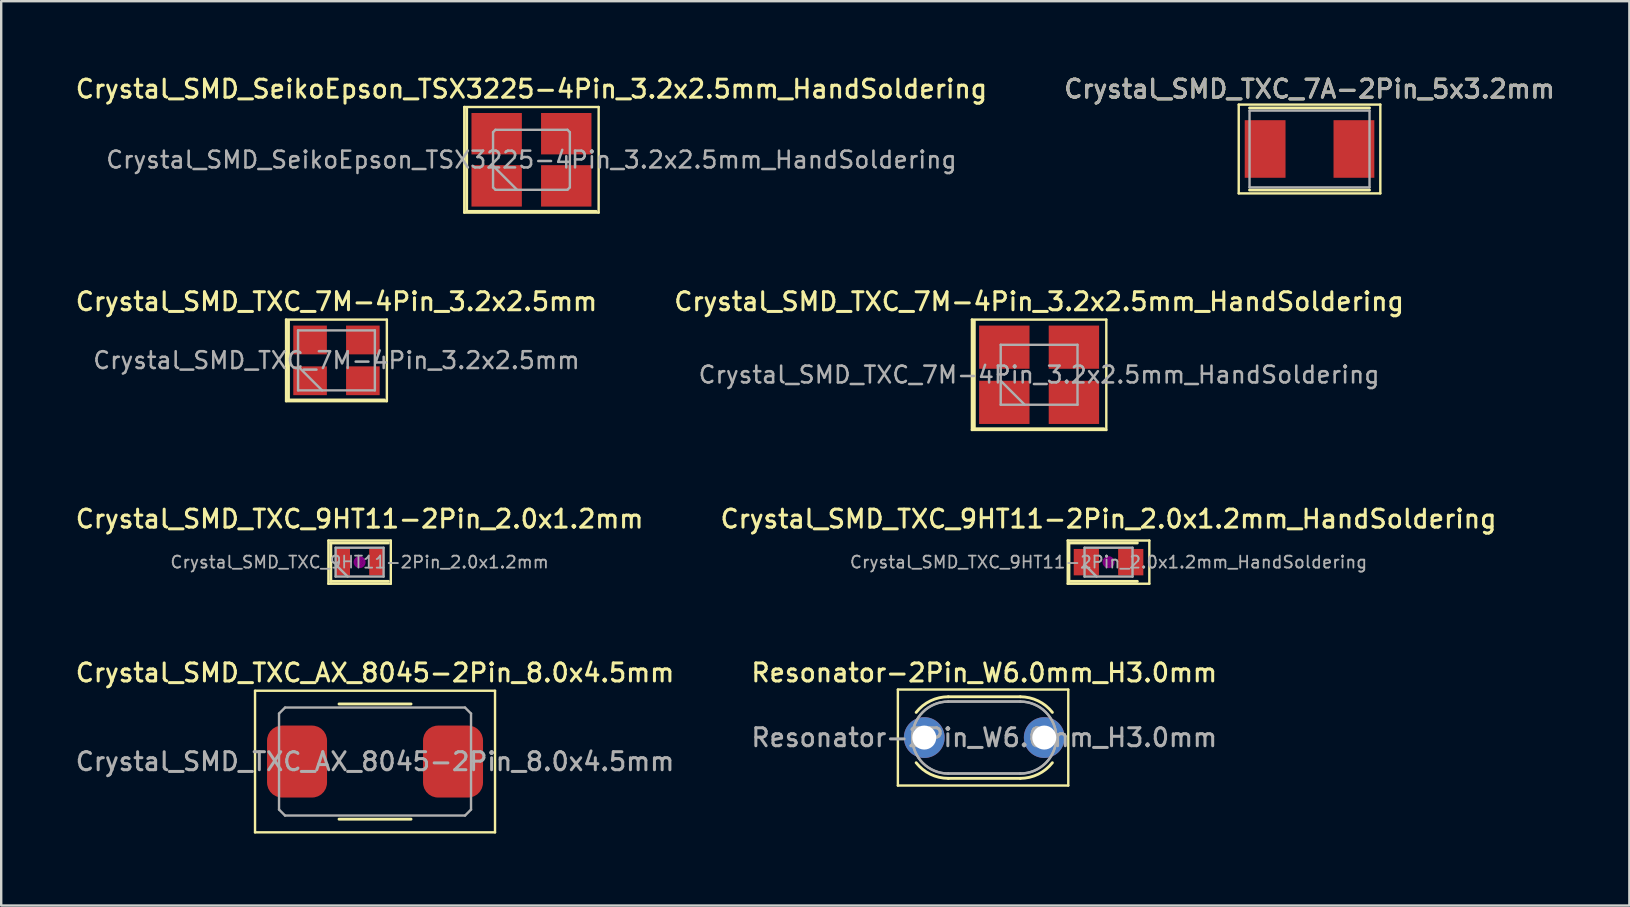
<source format=kicad_pcb>
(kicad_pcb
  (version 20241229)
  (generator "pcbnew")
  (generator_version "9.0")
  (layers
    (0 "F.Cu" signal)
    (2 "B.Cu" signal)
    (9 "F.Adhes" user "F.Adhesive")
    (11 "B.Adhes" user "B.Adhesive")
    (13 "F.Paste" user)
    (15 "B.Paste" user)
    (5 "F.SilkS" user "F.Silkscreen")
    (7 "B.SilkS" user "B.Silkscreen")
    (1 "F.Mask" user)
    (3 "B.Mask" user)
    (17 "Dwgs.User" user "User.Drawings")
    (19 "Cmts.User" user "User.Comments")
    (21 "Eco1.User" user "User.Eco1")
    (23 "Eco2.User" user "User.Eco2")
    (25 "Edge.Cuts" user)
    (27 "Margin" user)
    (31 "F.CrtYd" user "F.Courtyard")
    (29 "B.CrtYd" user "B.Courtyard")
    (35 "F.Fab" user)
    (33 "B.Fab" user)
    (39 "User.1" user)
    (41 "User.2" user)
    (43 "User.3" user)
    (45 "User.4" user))
  (footprint "Crystal_SMD_TXC_9HT11-2Pin_2.0x1.2mm_HandSoldering"
    (layer "F.Cu")
    (at 43.141 20.374)
    (property "Reference" "Crystal_SMD_TXC_9HT11-2Pin_2.0x1.2mm_HandSoldering" (at 0 -1.8 0) (layer "F.SilkS") (effects (font (size 0.75 0.75) (thickness 0.125))))
    (attr smd)
    (fp_line (start -1.7 -0.9) (end -1.7 0.9) (stroke (width 0.1) (type solid)) (layer "F.SilkS"))
    (fp_line (start -1.7 0.9) (end 1.7 0.9) (stroke (width 0.1) (type solid)) (layer "F.SilkS"))
    (fp_line (start -1.65 -0.8) (end -1.65 0.8) (stroke (width 0.12) (type solid)) (layer "F.SilkS"))
    (fp_line (start -1.65 0.8) (end 1.2 0.8) (stroke (width 0.12) (type solid)) (layer "F.SilkS"))
    (fp_line (start 1.2 -0.8) (end -1.65 -0.8) (stroke (width 0.12) (type solid)) (layer "F.SilkS"))
    (fp_line (start 1.7 -0.9) (end -1.7 -0.9) (stroke (width 0.1) (type solid)) (layer "F.SilkS"))
    (fp_line (start 1.7 0.9) (end 1.7 -0.9) (stroke (width 0.1) (type solid)) (layer "F.SilkS"))
    (fp_circle (center 0 0) (end 0.047 0) (stroke (width 0.093) (type solid)) (fill no) (layer "F.Adhes"))
    (fp_circle (center 0 0) (end 0.107 0) (stroke (width 0.067) (type solid)) (fill no) (layer "F.Adhes"))
    (fp_circle (center 0 0) (end 0.167 0) (stroke (width 0.067) (type solid)) (fill no) (layer "F.Adhes"))
    (fp_circle (center 0 0) (end 0.2 0) (stroke (width 0.1) (type solid)) (fill no) (layer "F.Adhes"))
    (fp_line (start -1 -0.6) (end -1 0.6) (stroke (width 0.1) (type solid)) (layer "F.Fab"))
    (fp_line (start -1 0.1) (end -0.5 0.6) (stroke (width 0.1) (type solid)) (layer "F.Fab"))
    (fp_line (start -1 0.6) (end 1 0.6) (stroke (width 0.1) (type solid)) (layer "F.Fab"))
    (fp_line (start 1 -0.6) (end -1 -0.6) (stroke (width 0.1) (type solid)) (layer "F.Fab"))
    (fp_line (start 1 0.6) (end 1 -0.6) (stroke (width 0.1) (type solid)) (layer "F.Fab"))
    (fp_text user "${REFERENCE}" (at 0 0 0) (layer "F.Fab") (effects (font (size 0.5 0.5) (thickness 0.075))))
    (pad "1" smd rect (at -0.925 0) (size 1.05 1.1) (layers "F.Cu" "F.Mask" "F.Paste"))
    (pad "2" smd rect (at 0.925 0) (size 1.05 1.1) (layers "F.Cu" "F.Mask" "F.Paste")))
  (footprint "Resonator-2Pin_W6.0mm_H3.0mm"
    (layer "F.Cu")
    (at 35.463 27.683)
    (property "Reference" "Resonator-2Pin_W6.0mm_H3.0mm" (at 2.5 -2.7 0) (layer "F.SilkS") (effects (font (size 0.75 0.75) (thickness 0.125))))
    (attr through_hole)
    (fp_line (start -1.1 -2) (end -1.1 2) (stroke (width 0.1) (type solid)) (layer "F.SilkS"))
    (fp_line (start -1.1 2) (end 6 2) (stroke (width 0.1) (type solid)) (layer "F.SilkS"))
    (fp_line (start 1 -1.7) (end 4 -1.7) (stroke (width 0.12) (type solid)) (layer "F.SilkS"))
    (fp_line (start 1 1.7) (end 4 1.7) (stroke (width 0.12) (type solid)) (layer "F.SilkS"))
    (fp_line (start 6 -2) (end -1.1 -2) (stroke (width 0.1) (type solid)) (layer "F.SilkS"))
    (fp_line (start 6 2) (end 6 -2) (stroke (width 0.1) (type solid)) (layer "F.SilkS"))
    (fp_arc (start -0.33779 -1.048961) (mid 0.256102 -1.5286) (end 1 -1.7) (stroke (width 0.12) (type solid)) (layer "F.SilkS"))
    (fp_arc (start 1 1.7) (mid 0.256103 1.5286) (end -0.33779 1.048961) (stroke (width 0.12) (type solid)) (layer "F.SilkS"))
    (fp_arc (start 4 -1.7) (mid 4.743897 -1.5286) (end 5.33779 -1.048961) (stroke (width 0.12) (type solid)) (layer "F.SilkS"))
    (fp_arc (start 5.33779 1.048961) (mid 4.743898 1.5286) (end 4 1.7) (stroke (width 0.12) (type solid)) (layer "F.SilkS"))
    (fp_line (start 1 -1.5) (end 4 -1.5) (stroke (width 0.1) (type solid)) (layer "F.Fab"))
    (fp_line (start 1 -1.5) (end 4 -1.5) (stroke (width 0.1) (type solid)) (layer "F.Fab"))
    (fp_line (start 1 1.5) (end 4 1.5) (stroke (width 0.1) (type solid)) (layer "F.Fab"))
    (fp_line (start 1 1.5) (end 4 1.5) (stroke (width 0.1) (type solid)) (layer "F.Fab"))
    (fp_arc (start 1 1.5) (mid -0.5 0) (end 1 -1.5) (stroke (width 0.1) (type solid)) (layer "F.Fab"))
    (fp_arc (start 1 1.5) (mid -0.5 0) (end 1 -1.5) (stroke (width 0.1) (type solid)) (layer "F.Fab"))
    (fp_arc (start 4 -1.5) (mid 5.5 0) (end 4 1.5) (stroke (width 0.1) (type solid)) (layer "F.Fab"))
    (fp_arc (start 4 -1.5) (mid 5.5 0) (end 4 1.5) (stroke (width 0.1) (type solid)) (layer "F.Fab"))
    (fp_text user "${REFERENCE}" (at 2.5 0 0) (layer "F.Fab") (effects (font (size 0.75 0.75) (thickness 0.125))))
    (pad "1" thru_hole circle (at 0 0) (size 1.7 1.7) (drill 1) (layers "*.Cu" "*.Mask"))
    (pad "2" thru_hole circle (at 5 0) (size 1.7 1.7) (drill 1) (layers "*.Cu" "*.Mask")))
  (footprint "Crystal_SMD_SeikoEpson_TSX3225-4Pin_3.2x2.5mm_HandSoldering"
    (layer "F.Cu")
    (at 19.095 3.608)
    (property "Reference" "Crystal_SMD_SeikoEpson_TSX3225-4Pin_3.2x2.5mm_HandSoldering" (at 0 -2.95 0) (layer "F.SilkS") (effects (font (size 0.75 0.75) (thickness 0.125))))
    (attr smd)
    (fp_line (start -2.8 -2.2) (end -2.8 2.2) (stroke (width 0.1) (type solid)) (layer "F.SilkS"))
    (fp_line (start -2.8 2.2) (end 2.8 2.2) (stroke (width 0.1) (type solid)) (layer "F.SilkS"))
    (fp_line (start -2.7 -2.15) (end -2.7 2.15) (stroke (width 0.12) (type solid)) (layer "F.SilkS"))
    (fp_line (start -2.7 2.15) (end 2.7 2.15) (stroke (width 0.12) (type solid)) (layer "F.SilkS"))
    (fp_line (start 2.8 -2.2) (end -2.8 -2.2) (stroke (width 0.1) (type solid)) (layer "F.SilkS"))
    (fp_line (start 2.8 2.2) (end 2.8 -2.2) (stroke (width 0.1) (type solid)) (layer "F.SilkS"))
    (fp_line (start -1.6 -1.15) (end -1.5 -1.25) (stroke (width 0.1) (type solid)) (layer "F.Fab"))
    (fp_line (start -1.6 0.25) (end -0.6 1.25) (stroke (width 0.1) (type solid)) (layer "F.Fab"))
    (fp_line (start -1.6 1.15) (end -1.6 -1.15) (stroke (width 0.1) (type solid)) (layer "F.Fab"))
    (fp_line (start -1.5 -1.25) (end 1.5 -1.25) (stroke (width 0.1) (type solid)) (layer "F.Fab"))
    (fp_line (start -1.5 1.25) (end -1.6 1.15) (stroke (width 0.1) (type solid)) (layer "F.Fab"))
    (fp_line (start 1.5 -1.25) (end 1.6 -1.15) (stroke (width 0.1) (type solid)) (layer "F.Fab"))
    (fp_line (start 1.5 1.25) (end -1.5 1.25) (stroke (width 0.1) (type solid)) (layer "F.Fab"))
    (fp_line (start 1.6 -1.15) (end 1.6 1.15) (stroke (width 0.1) (type solid)) (layer "F.Fab"))
    (fp_line (start 1.6 1.15) (end 1.5 1.25) (stroke (width 0.1) (type solid)) (layer "F.Fab"))
    (fp_text user "${REFERENCE}" (at 0 0 0) (layer "F.Fab") (effects (font (size 0.7 0.7) (thickness 0.105))))
    (pad "1" smd rect (at -1.45 1.087) (size 2.1 1.725) (layers "F.Cu" "F.Mask" "F.Paste"))
    (pad "2" smd rect (at 1.45 1.087) (size 2.1 1.725) (layers "F.Cu" "F.Mask" "F.Paste"))
    (pad "3" smd rect (at 1.45 -1.087) (size 2.1 1.725) (layers "F.Cu" "F.Mask" "F.Paste"))
    (pad "4" smd rect (at -1.45 -1.087) (size 2.1 1.725) (layers "F.Cu" "F.Mask" "F.Paste")))
  (footprint "Crystal_SMD_TXC_AX_8045-2Pin_8.0x4.5mm"
    (layer "F.Cu")
    (at 12.577 28.683)
    (property "Reference" "Crystal_SMD_TXC_AX_8045-2Pin_8.0x4.5mm" (at 0 -3.7 0) (layer "F.SilkS") (effects (font (size 0.75 0.75) (thickness 0.125))))
    (attr smd)
    (fp_line (start -5 -2.95) (end -5 2.95) (stroke (width 0.1) (type solid)) (layer "F.SilkS"))
    (fp_line (start -5 2.95) (end 5 2.95) (stroke (width 0.1) (type solid)) (layer "F.SilkS"))
    (fp_line (start -1.5 2.4) (end 1.5 2.4) (stroke (width 0.12) (type solid)) (layer "F.SilkS"))
    (fp_line (start 1.5 -2.4) (end -1.5 -2.4) (stroke (width 0.12) (type solid)) (layer "F.SilkS"))
    (fp_line (start 5 -2.95) (end -5 -2.95) (stroke (width 0.1) (type solid)) (layer "F.SilkS"))
    (fp_line (start 5 2.95) (end 5 -2.95) (stroke (width 0.1) (type solid)) (layer "F.SilkS"))
    (fp_line (start -4 -2) (end -3.75 -2.25) (stroke (width 0.1) (type solid)) (layer "F.Fab"))
    (fp_line (start -4 2) (end -4 -2) (stroke (width 0.1) (type solid)) (layer "F.Fab"))
    (fp_line (start -3.75 -2.25) (end 3.75 -2.25) (stroke (width 0.1) (type solid)) (layer "F.Fab"))
    (fp_line (start -3.75 2.25) (end -4 2) (stroke (width 0.1) (type solid)) (layer "F.Fab"))
    (fp_line (start 3.75 -2.25) (end 4 -2) (stroke (width 0.1) (type solid)) (layer "F.Fab"))
    (fp_line (start 3.75 2.25) (end -3.75 2.25) (stroke (width 0.1) (type solid)) (layer "F.Fab"))
    (fp_line (start 3.75 2.25) (end 4 2) (stroke (width 0.1) (type solid)) (layer "F.Fab"))
    (fp_line (start 4 -2) (end 4 2) (stroke (width 0.1) (type solid)) (layer "F.Fab"))
    (fp_text user "${REFERENCE}" (at 0 0 0) (layer "F.Fab") (effects (font (size 0.75 0.75) (thickness 0.125))))
    (pad "1" smd roundrect (at -3.25 0) (size 2.5 3) (layers "F.Cu" "F.Mask" "F.Paste") (roundrect_rratio 0.25))
    (pad "2" smd roundrect (at 3.25 0) (size 2.5 3) (layers "F.Cu" "F.Mask" "F.Paste") (roundrect_rratio 0.25)))
  (footprint "Crystal_SMD_TXC_9HT11-2Pin_2.0x1.2mm"
    (layer "F.Cu")
    (at 11.934 20.374)
    (property "Reference" "Crystal_SMD_TXC_9HT11-2Pin_2.0x1.2mm" (at 0 -1.8 0) (layer "F.SilkS") (effects (font (size 0.75 0.75) (thickness 0.125))))
    (attr smd)
    (fp_line (start -1.3 -0.9) (end -1.3 0.9) (stroke (width 0.1) (type solid)) (layer "F.SilkS"))
    (fp_line (start -1.3 0.9) (end 1.3 0.9) (stroke (width 0.1) (type solid)) (layer "F.SilkS"))
    (fp_line (start -1.2 -0.8) (end -1.2 0.8) (stroke (width 0.12) (type solid)) (layer "F.SilkS"))
    (fp_line (start -1.2 0.8) (end 1.2 0.8) (stroke (width 0.12) (type solid)) (layer "F.SilkS"))
    (fp_line (start 1.2 -0.8) (end -1.2 -0.8) (stroke (width 0.12) (type solid)) (layer "F.SilkS"))
    (fp_line (start 1.3 -0.9) (end -1.3 -0.9) (stroke (width 0.1) (type solid)) (layer "F.SilkS"))
    (fp_line (start 1.3 0.9) (end 1.3 -0.9) (stroke (width 0.1) (type solid)) (layer "F.SilkS"))
    (fp_circle (center 0 0) (end 0.047 0) (stroke (width 0.093) (type solid)) (fill no) (layer "F.Adhes"))
    (fp_circle (center 0 0) (end 0.107 0) (stroke (width 0.067) (type solid)) (fill no) (layer "F.Adhes"))
    (fp_circle (center 0 0) (end 0.167 0) (stroke (width 0.067) (type solid)) (fill no) (layer "F.Adhes"))
    (fp_circle (center 0 0) (end 0.2 0) (stroke (width 0.1) (type solid)) (fill no) (layer "F.Adhes"))
    (fp_line (start -1 -0.6) (end -1 0.6) (stroke (width 0.1) (type solid)) (layer "F.Fab"))
    (fp_line (start -1 0.1) (end -0.5 0.6) (stroke (width 0.1) (type solid)) (layer "F.Fab"))
    (fp_line (start -1 0.6) (end 1 0.6) (stroke (width 0.1) (type solid)) (layer "F.Fab"))
    (fp_line (start 1 -0.6) (end -1 -0.6) (stroke (width 0.1) (type solid)) (layer "F.Fab"))
    (fp_line (start 1 0.6) (end 1 -0.6) (stroke (width 0.1) (type solid)) (layer "F.Fab"))
    (fp_text user "${REFERENCE}" (at 0 0 0) (layer "F.Fab") (effects (font (size 0.5 0.5) (thickness 0.075))))
    (pad "1" smd rect (at -0.7 0) (size 0.6 1.1) (layers "F.Cu" "F.Mask" "F.Paste"))
    (pad "2" smd rect (at 0.7 0) (size 0.6 1.1) (layers "F.Cu" "F.Mask" "F.Paste")))
  (footprint "Crystal_SMD_TXC_7A-2Pin_5x3.2mm"
    (layer "F.Cu")
    (at 51.516 3.158)
    (property "Reference" "Crystal_SMD_TXC_7A-2Pin_5x3.2mm" (at 0 -2.5 0) (layer "F.SilkS") (effects (font (size 0.75 0.75) (thickness 0.125))))
    (attr smd)
    (fp_line (start -2.95 -1.85) (end -2.95 1.85) (stroke (width 0.1) (type solid)) (layer "F.SilkS"))
    (fp_line (start -2.95 -1.85) (end 2.95 -1.85) (stroke (width 0.1) (type solid)) (layer "F.SilkS"))
    (fp_line (start -2.5 -1.71) (end 2.5 -1.71) (stroke (width 0.12) (type solid)) (layer "F.SilkS"))
    (fp_line (start -2.5 1.71) (end 2.5 1.71) (stroke (width 0.12) (type solid)) (layer "F.SilkS"))
    (fp_line (start 2.95 -1.85) (end 2.95 1.85) (stroke (width 0.1) (type solid)) (layer "F.SilkS"))
    (fp_line (start 2.95 1.85) (end -2.95 1.85) (stroke (width 0.1) (type solid)) (layer "F.SilkS"))
    (fp_line (start -2.5 -1.6) (end -2.5 1.6) (stroke (width 0.1) (type solid)) (layer "F.Fab"))
    (fp_line (start -2.5 -1.6) (end 2.5 -1.6) (stroke (width 0.1) (type solid)) (layer "F.Fab"))
    (fp_line (start -2.5 1.6) (end 2.5 1.6) (stroke (width 0.1) (type solid)) (layer "F.Fab"))
    (fp_line (start 2.5 -1.6) (end 2.5 1.6) (stroke (width 0.1) (type solid)) (layer "F.Fab"))
    (fp_text user "${REFERENCE}" (at 0 -2.5 0) (layer "F.Fab") (effects (font (size 0.75 0.75) (thickness 0.125))))
    (pad "1" smd rect (at -1.85 0) (size 1.7 2.4) (layers "F.Cu" "F.Mask" "F.Paste"))
    (pad "2" smd rect (at 1.85 0) (size 1.7 2.4) (layers "F.Cu" "F.Mask" "F.Paste")))
  (footprint "Crystal_SMD_TXC_7M-4Pin_3.2x2.5mm_HandSoldering"
    (layer "F.Cu")
    (at 40.248 12.566)
    (property "Reference" "Crystal_SMD_TXC_7M-4Pin_3.2x2.5mm_HandSoldering" (at 0 -3.05 0) (layer "F.SilkS") (effects (font (size 0.75 0.75) (thickness 0.125))))
    (attr smd)
    (fp_line (start -2.8 -2.3) (end -2.8 2.3) (stroke (width 0.1) (type solid)) (layer "F.SilkS"))
    (fp_line (start -2.8 2.3) (end 2.8 2.3) (stroke (width 0.1) (type solid)) (layer "F.SilkS"))
    (fp_line (start -2.7 -2.25) (end -2.7 2.25) (stroke (width 0.12) (type solid)) (layer "F.SilkS"))
    (fp_line (start -2.7 2.25) (end 2.7 2.25) (stroke (width 0.12) (type solid)) (layer "F.SilkS"))
    (fp_line (start 2.8 -2.3) (end -2.8 -2.3) (stroke (width 0.1) (type solid)) (layer "F.SilkS"))
    (fp_line (start 2.8 2.3) (end 2.8 -2.3) (stroke (width 0.1) (type solid)) (layer "F.SilkS"))
    (fp_line (start -1.6 -1.25) (end -1.6 1.25) (stroke (width 0.1) (type solid)) (layer "F.Fab"))
    (fp_line (start -1.6 0.25) (end -0.6 1.25) (stroke (width 0.1) (type solid)) (layer "F.Fab"))
    (fp_line (start -1.6 1.25) (end 1.6 1.25) (stroke (width 0.1) (type solid)) (layer "F.Fab"))
    (fp_line (start 1.6 -1.25) (end -1.6 -1.25) (stroke (width 0.1) (type solid)) (layer "F.Fab"))
    (fp_line (start 1.6 1.25) (end 1.6 -1.25) (stroke (width 0.1) (type solid)) (layer "F.Fab"))
    (fp_text user "${REFERENCE}" (at 0 0 0) (layer "F.Fab") (effects (font (size 0.7 0.7) (thickness 0.105))))
    (pad "1" smd rect (at -1.45 1.15) (size 2.1 1.8) (layers "F.Cu" "F.Mask" "F.Paste"))
    (pad "2" smd rect (at 1.45 1.15) (size 2.1 1.8) (layers "F.Cu" "F.Mask" "F.Paste"))
    (pad "3" smd rect (at 1.45 -1.15) (size 2.1 1.8) (layers "F.Cu" "F.Mask" "F.Paste"))
    (pad "4" smd rect (at -1.45 -1.15) (size 2.1 1.8) (layers "F.Cu" "F.Mask" "F.Paste")))
  (footprint "Crystal_SMD_TXC_7M-4Pin_3.2x2.5mm"
    (layer "F.Cu")
    (at 10.97 11.966)
    (property "Reference" "Crystal_SMD_TXC_7M-4Pin_3.2x2.5mm" (at 0 -2.45 0) (layer "F.SilkS") (effects (font (size 0.75 0.75) (thickness 0.125))))
    (attr smd)
    (fp_line (start -2.1 -1.7) (end -2.1 1.7) (stroke (width 0.1) (type solid)) (layer "F.SilkS"))
    (fp_line (start -2.1 1.7) (end 2.1 1.7) (stroke (width 0.1) (type solid)) (layer "F.SilkS"))
    (fp_line (start -2 -1.65) (end -2 1.65) (stroke (width 0.12) (type solid)) (layer "F.SilkS"))
    (fp_line (start -2 1.65) (end 2 1.65) (stroke (width 0.12) (type solid)) (layer "F.SilkS"))
    (fp_line (start 2.1 -1.7) (end -2.1 -1.7) (stroke (width 0.1) (type solid)) (layer "F.SilkS"))
    (fp_line (start 2.1 1.7) (end 2.1 -1.7) (stroke (width 0.1) (type solid)) (layer "F.SilkS"))
    (fp_line (start -1.6 -1.25) (end -1.6 1.25) (stroke (width 0.1) (type solid)) (layer "F.Fab"))
    (fp_line (start -1.6 0.25) (end -0.6 1.25) (stroke (width 0.1) (type solid)) (layer "F.Fab"))
    (fp_line (start -1.6 1.25) (end 1.6 1.25) (stroke (width 0.1) (type solid)) (layer "F.Fab"))
    (fp_line (start 1.6 -1.25) (end -1.6 -1.25) (stroke (width 0.1) (type solid)) (layer "F.Fab"))
    (fp_line (start 1.6 1.25) (end 1.6 -1.25) (stroke (width 0.1) (type solid)) (layer "F.Fab"))
    (fp_text user "${REFERENCE}" (at 0 0 0) (layer "F.Fab") (effects (font (size 0.7 0.7) (thickness 0.105))))
    (pad "1" smd rect (at -1.1 0.85) (size 1.4 1.2) (layers "F.Cu" "F.Mask" "F.Paste"))
    (pad "2" smd rect (at 1.1 0.85) (size 1.4 1.2) (layers "F.Cu" "F.Mask" "F.Paste"))
    (pad "3" smd rect (at 1.1 -0.85) (size 1.4 1.2) (layers "F.Cu" "F.Mask" "F.Paste"))
    (pad "4" smd rect (at -1.1 -0.85) (size 1.4 1.2) (layers "F.Cu" "F.Mask" "F.Paste")))
  (gr_rect
    (start -3 -3)
    (end 64.843 34.682)
    (stroke (width 0.1) (type default))
    (fill no)
    (layer "Edge.Cuts")))
</source>
